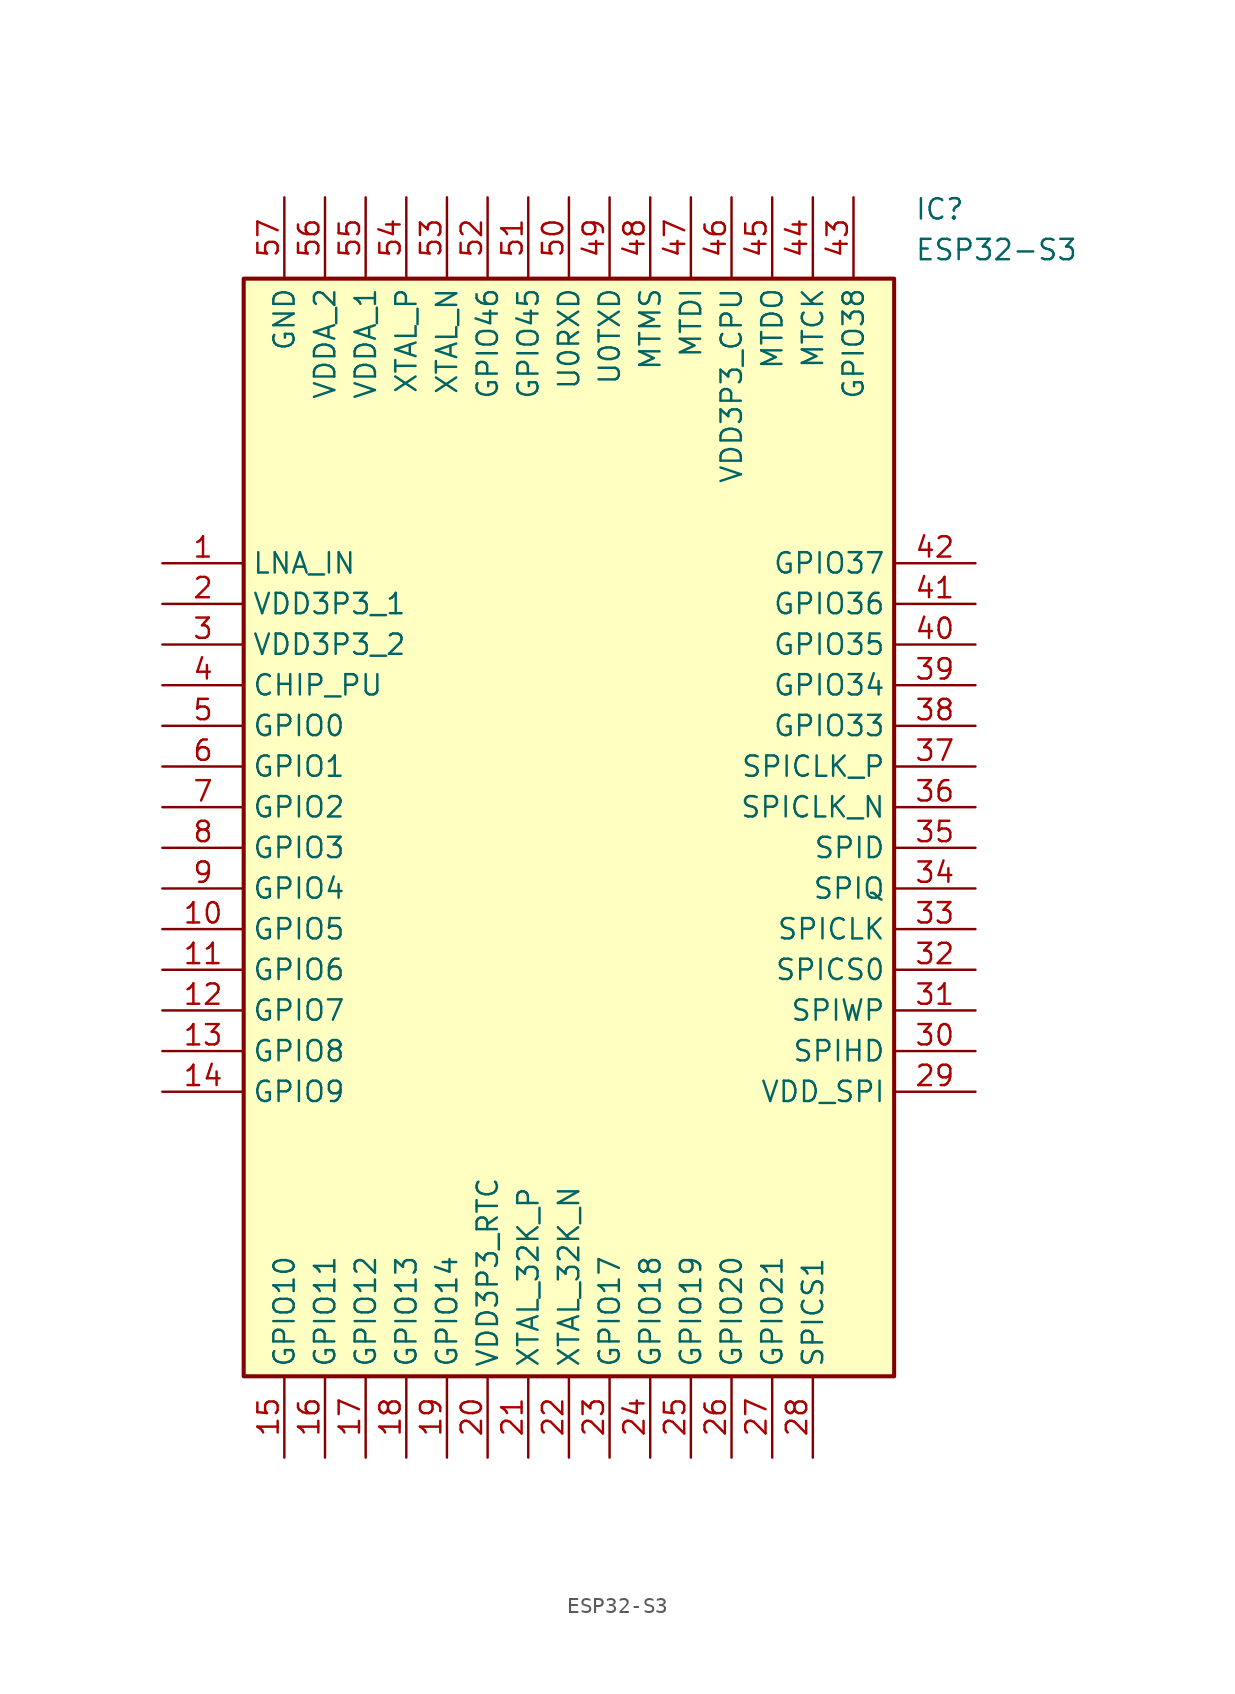
<source format=kicad_sym>
(kicad_symbol_lib
  (version 20211014)
  (generator SamacSys_ECAD_Model)
  (symbol "ESP32-S3"
    (property "Reference" "IC"
      (at 46.99 22.86 0)
      (effects (font (size 1.27 1.27)) (justify left top)))
    (property "Value" "ESP32-S3"
      (at 46.99 20.32 0)
      (effects (font (size 1.27 1.27)) (justify left top)))
    (rectangle
      (start 5.08 17.78)
      (end 45.72 -50.8)
      (stroke (width 0.254) (type default))
      (fill (type background)))
    (pin passive line
      (at 0 0 0)
      (length 5.08)
      (name "LNA_IN" (effects (font (size 1.27 1.27))))
      (number "1" (effects (font (size 1.27 1.27)))))
    (pin passive line
      (at 0 -2.54 0)
      (length 5.08)
      (name "VDD3P3_1" (effects (font (size 1.27 1.27))))
      (number "2" (effects (font (size 1.27 1.27)))))
    (pin passive line
      (at 0 -5.08 0)
      (length 5.08)
      (name "VDD3P3_2" (effects (font (size 1.27 1.27))))
      (number "3" (effects (font (size 1.27 1.27)))))
    (pin passive line
      (at 0 -7.62 0)
      (length 5.08)
      (name "CHIP_PU" (effects (font (size 1.27 1.27))))
      (number "4" (effects (font (size 1.27 1.27)))))
    (pin passive line
      (at 0 -10.16 0)
      (length 5.08)
      (name "GPIO0" (effects (font (size 1.27 1.27))))
      (number "5" (effects (font (size 1.27 1.27)))))
    (pin passive line
      (at 0 -12.7 0)
      (length 5.08)
      (name "GPIO1" (effects (font (size 1.27 1.27))))
      (number "6" (effects (font (size 1.27 1.27)))))
    (pin passive line
      (at 0 -15.24 0)
      (length 5.08)
      (name "GPIO2" (effects (font (size 1.27 1.27))))
      (number "7" (effects (font (size 1.27 1.27)))))
    (pin passive line
      (at 0 -17.78 0)
      (length 5.08)
      (name "GPIO3" (effects (font (size 1.27 1.27))))
      (number "8" (effects (font (size 1.27 1.27)))))
    (pin passive line
      (at 0 -20.32 0)
      (length 5.08)
      (name "GPIO4" (effects (font (size 1.27 1.27))))
      (number "9" (effects (font (size 1.27 1.27)))))
    (pin passive line
      (at 0 -22.86 0)
      (length 5.08)
      (name "GPIO5" (effects (font (size 1.27 1.27))))
      (number "10" (effects (font (size 1.27 1.27)))))
    (pin passive line
      (at 0 -25.4 0)
      (length 5.08)
      (name "GPIO6" (effects (font (size 1.27 1.27))))
      (number "11" (effects (font (size 1.27 1.27)))))
    (pin passive line
      (at 0 -27.94 0)
      (length 5.08)
      (name "GPIO7" (effects (font (size 1.27 1.27))))
      (number "12" (effects (font (size 1.27 1.27)))))
    (pin passive line
      (at 0 -30.48 0)
      (length 5.08)
      (name "GPIO8" (effects (font (size 1.27 1.27))))
      (number "13" (effects (font (size 1.27 1.27)))))
    (pin passive line
      (at 0 -33.02 0)
      (length 5.08)
      (name "GPIO9" (effects (font (size 1.27 1.27))))
      (number "14" (effects (font (size 1.27 1.27)))))
    (pin passive line
      (at 7.62 -55.88 90)
      (length 5.08)
      (name "GPIO10" (effects (font (size 1.27 1.27))))
      (number "15" (effects (font (size 1.27 1.27)))))
    (pin passive line
      (at 10.16 -55.88 90)
      (length 5.08)
      (name "GPIO11" (effects (font (size 1.27 1.27))))
      (number "16" (effects (font (size 1.27 1.27)))))
    (pin passive line
      (at 12.7 -55.88 90)
      (length 5.08)
      (name "GPIO12" (effects (font (size 1.27 1.27))))
      (number "17" (effects (font (size 1.27 1.27)))))
    (pin passive line
      (at 15.24 -55.88 90)
      (length 5.08)
      (name "GPIO13" (effects (font (size 1.27 1.27))))
      (number "18" (effects (font (size 1.27 1.27)))))
    (pin passive line
      (at 17.78 -55.88 90)
      (length 5.08)
      (name "GPIO14" (effects (font (size 1.27 1.27))))
      (number "19" (effects (font (size 1.27 1.27)))))
    (pin passive line
      (at 20.32 -55.88 90)
      (length 5.08)
      (name "VDD3P3_RTC" (effects (font (size 1.27 1.27))))
      (number "20" (effects (font (size 1.27 1.27)))))
    (pin passive line
      (at 22.86 -55.88 90)
      (length 5.08)
      (name "XTAL_32K_P" (effects (font (size 1.27 1.27))))
      (number "21" (effects (font (size 1.27 1.27)))))
    (pin passive line
      (at 25.4 -55.88 90)
      (length 5.08)
      (name "XTAL_32K_N" (effects (font (size 1.27 1.27))))
      (number "22" (effects (font (size 1.27 1.27)))))
    (pin passive line
      (at 27.94 -55.88 90)
      (length 5.08)
      (name "GPIO17" (effects (font (size 1.27 1.27))))
      (number "23" (effects (font (size 1.27 1.27)))))
    (pin passive line
      (at 30.48 -55.88 90)
      (length 5.08)
      (name "GPIO18" (effects (font (size 1.27 1.27))))
      (number "24" (effects (font (size 1.27 1.27)))))
    (pin passive line
      (at 33.02 -55.88 90)
      (length 5.08)
      (name "GPIO19" (effects (font (size 1.27 1.27))))
      (number "25" (effects (font (size 1.27 1.27)))))
    (pin passive line
      (at 35.56 -55.88 90)
      (length 5.08)
      (name "GPIO20" (effects (font (size 1.27 1.27))))
      (number "26" (effects (font (size 1.27 1.27)))))
    (pin passive line
      (at 38.1 -55.88 90)
      (length 5.08)
      (name "GPIO21" (effects (font (size 1.27 1.27))))
      (number "27" (effects (font (size 1.27 1.27)))))
    (pin passive line
      (at 40.64 -55.88 90)
      (length 5.08)
      (name "SPICS1" (effects (font (size 1.27 1.27))))
      (number "28" (effects (font (size 1.27 1.27)))))
    (pin passive line
      (at 50.8 0 180)
      (length 5.08)
      (name "GPIO37" (effects (font (size 1.27 1.27))))
      (number "42" (effects (font (size 1.27 1.27)))))
    (pin passive line
      (at 50.8 -2.54 180)
      (length 5.08)
      (name "GPIO36" (effects (font (size 1.27 1.27))))
      (number "41" (effects (font (size 1.27 1.27)))))
    (pin passive line
      (at 50.8 -5.08 180)
      (length 5.08)
      (name "GPIO35" (effects (font (size 1.27 1.27))))
      (number "40" (effects (font (size 1.27 1.27)))))
    (pin passive line
      (at 50.8 -7.62 180)
      (length 5.08)
      (name "GPIO34" (effects (font (size 1.27 1.27))))
      (number "39" (effects (font (size 1.27 1.27)))))
    (pin passive line
      (at 50.8 -10.16 180)
      (length 5.08)
      (name "GPIO33" (effects (font (size 1.27 1.27))))
      (number "38" (effects (font (size 1.27 1.27)))))
    (pin passive line
      (at 50.8 -12.7 180)
      (length 5.08)
      (name "SPICLK_P" (effects (font (size 1.27 1.27))))
      (number "37" (effects (font (size 1.27 1.27)))))
    (pin passive line
      (at 50.8 -15.24 180)
      (length 5.08)
      (name "SPICLK_N" (effects (font (size 1.27 1.27))))
      (number "36" (effects (font (size 1.27 1.27)))))
    (pin passive line
      (at 50.8 -17.78 180)
      (length 5.08)
      (name "SPID" (effects (font (size 1.27 1.27))))
      (number "35" (effects (font (size 1.27 1.27)))))
    (pin passive line
      (at 50.8 -20.32 180)
      (length 5.08)
      (name "SPIQ" (effects (font (size 1.27 1.27))))
      (number "34" (effects (font (size 1.27 1.27)))))
    (pin passive line
      (at 50.8 -22.86 180)
      (length 5.08)
      (name "SPICLK" (effects (font (size 1.27 1.27))))
      (number "33" (effects (font (size 1.27 1.27)))))
    (pin passive line
      (at 50.8 -25.4 180)
      (length 5.08)
      (name "SPICS0" (effects (font (size 1.27 1.27))))
      (number "32" (effects (font (size 1.27 1.27)))))
    (pin passive line
      (at 50.8 -27.94 180)
      (length 5.08)
      (name "SPIWP" (effects (font (size 1.27 1.27))))
      (number "31" (effects (font (size 1.27 1.27)))))
    (pin passive line
      (at 50.8 -30.48 180)
      (length 5.08)
      (name "SPIHD" (effects (font (size 1.27 1.27))))
      (number "30" (effects (font (size 1.27 1.27)))))
    (pin passive line
      (at 50.8 -33.02 180)
      (length 5.08)
      (name "VDD_SPI" (effects (font (size 1.27 1.27))))
      (number "29" (effects (font (size 1.27 1.27)))))
    (pin passive line
      (at 7.62 22.86 270)
      (length 5.08)
      (name "GND" (effects (font (size 1.27 1.27))))
      (number "57" (effects (font (size 1.27 1.27)))))
    (pin passive line
      (at 10.16 22.86 270)
      (length 5.08)
      (name "VDDA_2" (effects (font (size 1.27 1.27))))
      (number "56" (effects (font (size 1.27 1.27)))))
    (pin passive line
      (at 12.7 22.86 270)
      (length 5.08)
      (name "VDDA_1" (effects (font (size 1.27 1.27))))
      (number "55" (effects (font (size 1.27 1.27)))))
    (pin passive line
      (at 15.24 22.86 270)
      (length 5.08)
      (name "XTAL_P" (effects (font (size 1.27 1.27))))
      (number "54" (effects (font (size 1.27 1.27)))))
    (pin passive line
      (at 17.78 22.86 270)
      (length 5.08)
      (name "XTAL_N" (effects (font (size 1.27 1.27))))
      (number "53" (effects (font (size 1.27 1.27)))))
    (pin passive line
      (at 20.32 22.86 270)
      (length 5.08)
      (name "GPIO46" (effects (font (size 1.27 1.27))))
      (number "52" (effects (font (size 1.27 1.27)))))
    (pin passive line
      (at 22.86 22.86 270)
      (length 5.08)
      (name "GPIO45" (effects (font (size 1.27 1.27))))
      (number "51" (effects (font (size 1.27 1.27)))))
    (pin passive line
      (at 25.4 22.86 270)
      (length 5.08)
      (name "U0RXD" (effects (font (size 1.27 1.27))))
      (number "50" (effects (font (size 1.27 1.27)))))
    (pin passive line
      (at 27.94 22.86 270)
      (length 5.08)
      (name "U0TXD" (effects (font (size 1.27 1.27))))
      (number "49" (effects (font (size 1.27 1.27)))))
    (pin passive line
      (at 30.48 22.86 270)
      (length 5.08)
      (name "MTMS" (effects (font (size 1.27 1.27))))
      (number "48" (effects (font (size 1.27 1.27)))))
    (pin passive line
      (at 33.02 22.86 270)
      (length 5.08)
      (name "MTDI" (effects (font (size 1.27 1.27))))
      (number "47" (effects (font (size 1.27 1.27)))))
    (pin passive line
      (at 35.56 22.86 270)
      (length 5.08)
      (name "VDD3P3_CPU" (effects (font (size 1.27 1.27))))
      (number "46" (effects (font (size 1.27 1.27)))))
    (pin passive line
      (at 38.1 22.86 270)
      (length 5.08)
      (name "MTDO" (effects (font (size 1.27 1.27))))
      (number "45" (effects (font (size 1.27 1.27)))))
    (pin passive line
      (at 40.64 22.86 270)
      (length 5.08)
      (name "MTCK" (effects (font (size 1.27 1.27))))
      (number "44" (effects (font (size 1.27 1.27)))))
    (pin passive line
      (at 43.18 22.86 270)
      (length 5.08)
      (name "GPIO38" (effects (font (size 1.27 1.27))))
      (number "43" (effects (font (size 1.27 1.27)))))))
</source>
